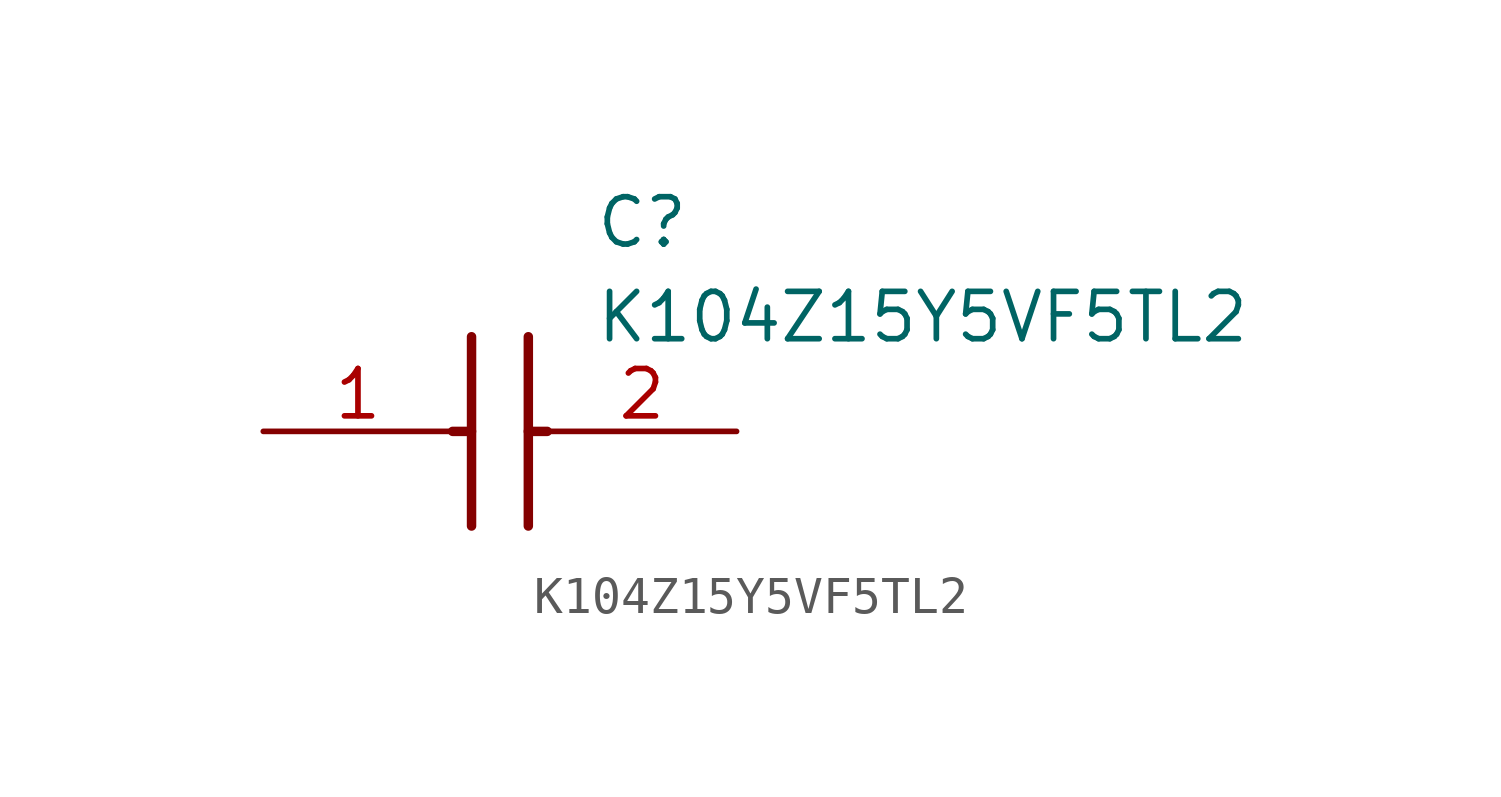
<source format=kicad_sym>
(kicad_symbol_lib
  (version 20211014)
  (generator SamacSys_ECAD_Model)
  (symbol "K104Z15Y5VF5TL2"
    (pin_names hide)
    (property "Reference" "C"
      (at 8.89 6.35 0)
      (effects (font (size 1.27 1.27)) (justify left top)))
    (property "Value" "K104Z15Y5VF5TL2"
      (at 8.89 3.81 0)
      (effects (font (size 1.27 1.27)) (justify left top)))
    (polyline
      (pts (xy 5.588 2.54) (xy 5.588 -2.54))
      (stroke (width 0.254) (type default))
      (fill (type none)))
    (polyline
      (pts (xy 7.112 2.54) (xy 7.112 -2.54))
      (stroke (width 0.254) (type default))
      (fill (type none)))
    (polyline
      (pts (xy 5.08 0) (xy 5.588 0))
      (stroke (width 0.254) (type default))
      (fill (type none)))
    (polyline
      (pts (xy 7.112 0) (xy 7.62 0))
      (stroke (width 0.254) (type default))
      (fill (type none)))
    (pin passive line
      (at 0 0 0)
      (length 5.08)
      (name "+" (effects (font (size 1.27 1.27))))
      (number "1" (effects (font (size 1.27 1.27)))))
    (pin passive line
      (at 12.7 0 180)
      (length 5.08)
      (name "-" (effects (font (size 1.27 1.27))))
      (number "2" (effects (font (size 1.27 1.27)))))))
</source>
